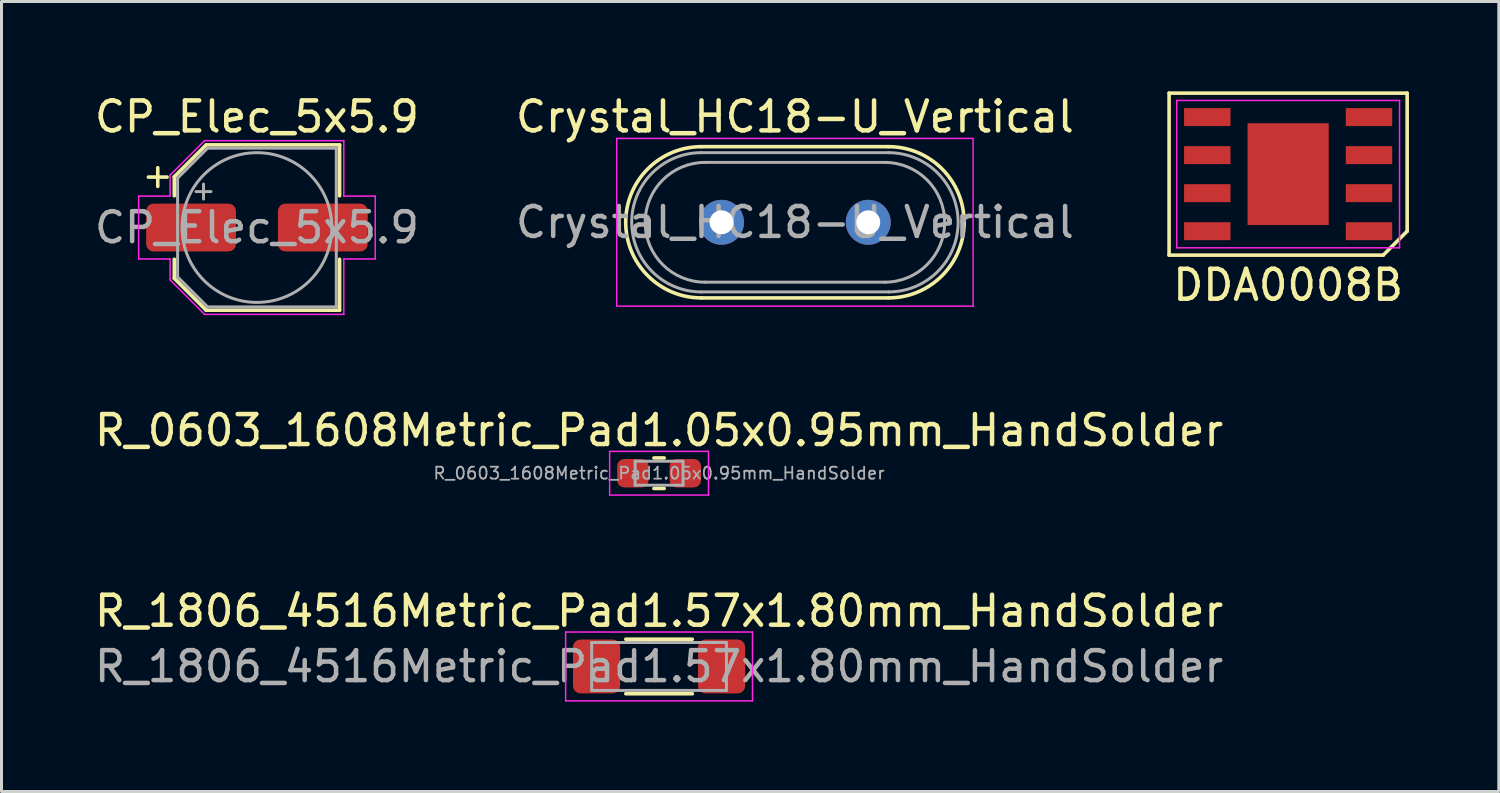
<source format=kicad_pcb>
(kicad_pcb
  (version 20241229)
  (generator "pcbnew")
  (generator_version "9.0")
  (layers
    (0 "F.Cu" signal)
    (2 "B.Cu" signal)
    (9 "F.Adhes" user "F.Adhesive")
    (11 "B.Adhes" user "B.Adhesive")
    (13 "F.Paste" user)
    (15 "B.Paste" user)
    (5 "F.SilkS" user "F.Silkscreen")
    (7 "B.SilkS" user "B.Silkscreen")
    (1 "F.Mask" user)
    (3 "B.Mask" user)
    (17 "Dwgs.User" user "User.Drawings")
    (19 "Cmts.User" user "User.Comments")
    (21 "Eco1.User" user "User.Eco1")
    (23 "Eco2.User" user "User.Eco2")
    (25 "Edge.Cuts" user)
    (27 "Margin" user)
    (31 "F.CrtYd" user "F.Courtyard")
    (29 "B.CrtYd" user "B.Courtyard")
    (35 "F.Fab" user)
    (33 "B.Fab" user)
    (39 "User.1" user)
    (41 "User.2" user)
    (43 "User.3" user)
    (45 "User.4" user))
  (footprint "DDA0008B"
    (layer "F.Cu")
    (at 39.964 2.765)
    (property "Reference" "DDA0008B" (at 0 3.705 180) (layer "F.SilkS") (effects (font (size 1 1) (thickness 0.15))))
    (attr smd)
    (fp_line (start -3.975 -2.705) (end 3.975 -2.705) (stroke (width 0.12) (type solid)) (layer "F.SilkS"))
    (fp_line (start -3.975 2.705) (end -3.975 -2.705) (stroke (width 0.12) (type solid)) (layer "F.SilkS"))
    (fp_line (start 3.175 2.705) (end -3.975 2.705) (stroke (width 0.12) (type solid)) (layer "F.SilkS"))
    (fp_line (start 3.975 -2.705) (end 3.975 1.905) (stroke (width 0.12) (type solid)) (layer "F.SilkS"))
    (fp_line (start 3.975 1.905) (end 3.175 2.705) (stroke (width 0.12) (type solid)) (layer "F.SilkS"))
    (fp_line (start -3.72 -2.46) (end 3.72 -2.46) (stroke (width 0.05) (type solid)) (layer "F.CrtYd"))
    (fp_line (start -3.72 2.46) (end -3.72 -2.46) (stroke (width 0.05) (type solid)) (layer "F.CrtYd"))
    (fp_line (start 3.72 -2.46) (end 3.72 2.46) (stroke (width 0.05) (type solid)) (layer "F.CrtYd"))
    (fp_line (start 3.72 2.46) (end -3.72 2.46) (stroke (width 0.05) (type solid)) (layer "F.CrtYd"))
    (pad "1" smd rect (at 2.7 1.905 90) (size 0.6 1.55) (layers "F.Cu" "F.Mask" "F.Paste"))
    (pad "2" smd rect (at 2.7 0.635 90) (size 0.6 1.55) (layers "F.Cu" "F.Mask" "F.Paste"))
    (pad "3" smd rect (at 2.7 -0.635 90) (size 0.6 1.55) (layers "F.Cu" "F.Mask" "F.Paste"))
    (pad "4" smd rect (at 2.7 -1.905 90) (size 0.6 1.55) (layers "F.Cu" "F.Mask" "F.Paste"))
    (pad "5" smd rect (at -2.7 -1.905 90) (size 0.6 1.55) (layers "F.Cu" "F.Mask" "F.Paste"))
    (pad "6" smd rect (at -2.7 -0.635 90) (size 0.6 1.55) (layers "F.Cu" "F.Mask" "F.Paste"))
    (pad "7" smd rect (at -2.7 0.635 90) (size 0.6 1.55) (layers "F.Cu" "F.Mask" "F.Paste"))
    (pad "8" smd rect (at -2.7 1.905 90) (size 0.6 1.55) (layers "F.Cu" "F.Mask" "F.Paste"))
    (pad "9" smd rect (at 0 0) (size 2.71 3.4) (layers "F.Cu" "F.Mask" "F.Paste")))
  (footprint "CP_Elec_5x5.9"
    (layer "F.Cu")
    (at 5.53 4.548)
    (property "Reference" "CP_Elec_5x5.9" (at 0 -3.7 180) (layer "F.SilkS") (effects (font (size 1 1) (thickness 0.15))))
    (attr smd)
    (fp_line (start -3.625 -1.685) (end -3 -1.685) (stroke (width 0.12) (type solid)) (layer "F.SilkS"))
    (fp_line (start -3.312 -1.998) (end -3.312 -1.373) (stroke (width 0.12) (type solid)) (layer "F.SilkS"))
    (fp_line (start -2.76 -1.696) (end -2.76 -1.06) (stroke (width 0.12) (type solid)) (layer "F.SilkS"))
    (fp_line (start -2.76 -1.696) (end -1.696 -2.76) (stroke (width 0.12) (type solid)) (layer "F.SilkS"))
    (fp_line (start -2.76 1.696) (end -2.76 1.06) (stroke (width 0.12) (type solid)) (layer "F.SilkS"))
    (fp_line (start -2.76 1.696) (end -1.696 2.76) (stroke (width 0.12) (type solid)) (layer "F.SilkS"))
    (fp_line (start -1.696 -2.76) (end 2.76 -2.76) (stroke (width 0.12) (type solid)) (layer "F.SilkS"))
    (fp_line (start -1.696 2.76) (end 2.76 2.76) (stroke (width 0.12) (type solid)) (layer "F.SilkS"))
    (fp_line (start 2.76 -2.76) (end 2.76 -1.06) (stroke (width 0.12) (type solid)) (layer "F.SilkS"))
    (fp_line (start 2.76 2.76) (end 2.76 1.06) (stroke (width 0.12) (type solid)) (layer "F.SilkS"))
    (fp_line (start -3.95 -1.05) (end -3.95 1.05) (stroke (width 0.05) (type solid)) (layer "F.CrtYd"))
    (fp_line (start -3.95 1.05) (end -2.9 1.05) (stroke (width 0.05) (type solid)) (layer "F.CrtYd"))
    (fp_line (start -2.9 -1.75) (end -2.9 -1.05) (stroke (width 0.05) (type solid)) (layer "F.CrtYd"))
    (fp_line (start -2.9 -1.75) (end -1.75 -2.9) (stroke (width 0.05) (type solid)) (layer "F.CrtYd"))
    (fp_line (start -2.9 -1.05) (end -3.95 -1.05) (stroke (width 0.05) (type solid)) (layer "F.CrtYd"))
    (fp_line (start -2.9 1.05) (end -2.9 1.75) (stroke (width 0.05) (type solid)) (layer "F.CrtYd"))
    (fp_line (start -2.9 1.75) (end -1.75 2.9) (stroke (width 0.05) (type solid)) (layer "F.CrtYd"))
    (fp_line (start -1.75 -2.9) (end 2.9 -2.9) (stroke (width 0.05) (type solid)) (layer "F.CrtYd"))
    (fp_line (start -1.75 2.9) (end 2.9 2.9) (stroke (width 0.05) (type solid)) (layer "F.CrtYd"))
    (fp_line (start 2.9 -2.9) (end 2.9 -1.05) (stroke (width 0.05) (type solid)) (layer "F.CrtYd"))
    (fp_line (start 2.9 -1.05) (end 3.95 -1.05) (stroke (width 0.05) (type solid)) (layer "F.CrtYd"))
    (fp_line (start 2.9 1.05) (end 2.9 2.9) (stroke (width 0.05) (type solid)) (layer "F.CrtYd"))
    (fp_line (start 3.95 -1.05) (end 3.95 1.05) (stroke (width 0.05) (type solid)) (layer "F.CrtYd"))
    (fp_line (start 3.95 1.05) (end 2.9 1.05) (stroke (width 0.05) (type solid)) (layer "F.CrtYd"))
    (fp_line (start -2.65 -1.65) (end -2.65 1.65) (stroke (width 0.1) (type solid)) (layer "F.Fab"))
    (fp_line (start -2.65 -1.65) (end -1.65 -2.65) (stroke (width 0.1) (type solid)) (layer "F.Fab"))
    (fp_line (start -2.65 1.65) (end -1.65 2.65) (stroke (width 0.1) (type solid)) (layer "F.Fab"))
    (fp_line (start -2.034 -1.2) (end -1.534 -1.2) (stroke (width 0.1) (type solid)) (layer "F.Fab"))
    (fp_line (start -1.784 -1.45) (end -1.784 -0.95) (stroke (width 0.1) (type solid)) (layer "F.Fab"))
    (fp_line (start -1.65 -2.65) (end 2.65 -2.65) (stroke (width 0.1) (type solid)) (layer "F.Fab"))
    (fp_line (start -1.65 2.65) (end 2.65 2.65) (stroke (width 0.1) (type solid)) (layer "F.Fab"))
    (fp_line (start 2.65 -2.65) (end 2.65 2.65) (stroke (width 0.1) (type solid)) (layer "F.Fab"))
    (fp_circle (center 0 0) (end 2.5 0) (stroke (width 0.1) (type solid)) (fill no) (layer "F.Fab"))
    (fp_text user "${REFERENCE}" (at 0 0 180) (layer "F.Fab") (effects (font (size 1 1) (thickness 0.15))))
    (pad "1" smd roundrect (at -2.2 0) (size 3 1.6) (layers "F.Cu" "F.Mask" "F.Paste") (roundrect_rratio 0.156))
    (pad "2" smd roundrect (at 2.2 0) (size 3 1.6) (layers "F.Cu" "F.Mask" "F.Paste") (roundrect_rratio 0.156)))
  (footprint "R_0603_1608Metric_Pad1.05x0.95mm_HandSolder"
    (layer "F.Cu")
    (at 18.958 12.752)
    (property "Reference" "R_0603_1608Metric_Pad1.05x0.95mm_HandSolder" (at 0 -1.43 0) (layer "F.SilkS") (effects (font (size 1 1) (thickness 0.15))))
    (attr smd)
    (fp_line (start -0.171 -0.51) (end 0.171 -0.51) (stroke (width 0.12) (type solid)) (layer "F.SilkS"))
    (fp_line (start -0.171 0.51) (end 0.171 0.51) (stroke (width 0.12) (type solid)) (layer "F.SilkS"))
    (fp_line (start -1.65 -0.73) (end 1.65 -0.73) (stroke (width 0.05) (type solid)) (layer "F.CrtYd"))
    (fp_line (start -1.65 0.73) (end -1.65 -0.73) (stroke (width 0.05) (type solid)) (layer "F.CrtYd"))
    (fp_line (start 1.65 -0.73) (end 1.65 0.73) (stroke (width 0.05) (type solid)) (layer "F.CrtYd"))
    (fp_line (start 1.65 0.73) (end -1.65 0.73) (stroke (width 0.05) (type solid)) (layer "F.CrtYd"))
    (fp_line (start -0.8 -0.4) (end 0.8 -0.4) (stroke (width 0.1) (type solid)) (layer "F.Fab"))
    (fp_line (start -0.8 0.4) (end -0.8 -0.4) (stroke (width 0.1) (type solid)) (layer "F.Fab"))
    (fp_line (start 0.8 -0.4) (end 0.8 0.4) (stroke (width 0.1) (type solid)) (layer "F.Fab"))
    (fp_line (start 0.8 0.4) (end -0.8 0.4) (stroke (width 0.1) (type solid)) (layer "F.Fab"))
    (fp_text user "${REFERENCE}" (at 0 0 0) (layer "F.Fab") (effects (font (size 0.4 0.4) (thickness 0.06))))
    (pad "1" smd roundrect (at -0.875 0) (size 1.05 0.95) (layers "F.Cu" "F.Mask" "F.Paste") (roundrect_rratio 0.25))
    (pad "2" smd roundrect (at 0.875 0) (size 1.05 0.95) (layers "F.Cu" "F.Mask" "F.Paste") (roundrect_rratio 0.25)))
  (footprint "R_1806_4516Metric_Pad1.57x1.80mm_HandSolder"
    (layer "F.Cu")
    (at 18.958 19.205)
    (property "Reference" "R_1806_4516Metric_Pad1.57x1.80mm_HandSolder" (at 0 -1.85 180) (layer "F.SilkS") (effects (font (size 1 1) (thickness 0.15))))
    (attr smd)
    (fp_line (start -1.111 -0.91) (end 1.111 -0.91) (stroke (width 0.12) (type solid)) (layer "F.SilkS"))
    (fp_line (start -1.111 0.91) (end 1.111 0.91) (stroke (width 0.12) (type solid)) (layer "F.SilkS"))
    (fp_line (start -3.12 -1.15) (end 3.12 -1.15) (stroke (width 0.05) (type solid)) (layer "F.CrtYd"))
    (fp_line (start -3.12 1.15) (end -3.12 -1.15) (stroke (width 0.05) (type solid)) (layer "F.CrtYd"))
    (fp_line (start 3.12 -1.15) (end 3.12 1.15) (stroke (width 0.05) (type solid)) (layer "F.CrtYd"))
    (fp_line (start 3.12 1.15) (end -3.12 1.15) (stroke (width 0.05) (type solid)) (layer "F.CrtYd"))
    (fp_line (start -2.25 -0.8) (end 2.25 -0.8) (stroke (width 0.1) (type solid)) (layer "F.Fab"))
    (fp_line (start -2.25 0.8) (end -2.25 -0.8) (stroke (width 0.1) (type solid)) (layer "F.Fab"))
    (fp_line (start 2.25 -0.8) (end 2.25 0.8) (stroke (width 0.1) (type solid)) (layer "F.Fab"))
    (fp_line (start 2.25 0.8) (end -2.25 0.8) (stroke (width 0.1) (type solid)) (layer "F.Fab"))
    (fp_text user "${REFERENCE}" (at 0 0 180) (layer "F.Fab") (effects (font (size 1 1) (thickness 0.15))))
    (pad "1" smd roundrect (at -2.087 0) (size 1.575 1.8) (layers "F.Cu" "F.Mask" "F.Paste") (roundrect_rratio 0.159))
    (pad "2" smd roundrect (at 2.087 0) (size 1.575 1.8) (layers "F.Cu" "F.Mask" "F.Paste") (roundrect_rratio 0.159)))
  (footprint "Crystal_HC18-U_Vertical"
    (layer "F.Cu")
    (at 21.044 4.373)
    (property "Reference" "Crystal_HC18-U_Vertical" (at 2.45 -3.525 0) (layer "F.SilkS") (effects (font (size 1 1) (thickness 0.15))))
    (attr through_hole)
    (fp_line (start -0.675 -2.525) (end 5.575 -2.525) (stroke (width 0.12) (type solid)) (layer "F.SilkS"))
    (fp_line (start -0.675 2.525) (end 5.575 2.525) (stroke (width 0.12) (type solid)) (layer "F.SilkS"))
    (fp_arc (start -0.675 2.525) (mid -3.2 0) (end -0.675 -2.525) (stroke (width 0.12) (type solid)) (layer "F.SilkS"))
    (fp_arc (start 5.575 -2.525) (mid 8.1 0) (end 5.575 2.525) (stroke (width 0.12) (type solid)) (layer "F.SilkS"))
    (fp_line (start -3.5 -2.8) (end -3.5 2.8) (stroke (width 0.05) (type solid)) (layer "F.CrtYd"))
    (fp_line (start -3.5 2.8) (end 8.4 2.8) (stroke (width 0.05) (type solid)) (layer "F.CrtYd"))
    (fp_line (start 8.4 -2.8) (end -3.5 -2.8) (stroke (width 0.05) (type solid)) (layer "F.CrtYd"))
    (fp_line (start 8.4 2.8) (end 8.4 -2.8) (stroke (width 0.05) (type solid)) (layer "F.CrtYd"))
    (fp_line (start -0.675 -2.325) (end 5.575 -2.325) (stroke (width 0.1) (type solid)) (layer "F.Fab"))
    (fp_line (start -0.675 2.325) (end 5.575 2.325) (stroke (width 0.1) (type solid)) (layer "F.Fab"))
    (fp_line (start -0.55 -2) (end 5.45 -2) (stroke (width 0.1) (type solid)) (layer "F.Fab"))
    (fp_line (start -0.55 2) (end 5.45 2) (stroke (width 0.1) (type solid)) (layer "F.Fab"))
    (fp_arc (start -0.675 2.325) (mid -3 0) (end -0.675 -2.325) (stroke (width 0.1) (type solid)) (layer "F.Fab"))
    (fp_arc (start -0.55 2) (mid -2.55 0) (end -0.55 -2) (stroke (width 0.1) (type solid)) (layer "F.Fab"))
    (fp_arc (start 5.45 -2) (mid 7.45 0) (end 5.45 2) (stroke (width 0.1) (type solid)) (layer "F.Fab"))
    (fp_arc (start 5.575 -2.325) (mid 7.9 0) (end 5.575 2.325) (stroke (width 0.1) (type solid)) (layer "F.Fab"))
    (fp_text user "${REFERENCE}" (at 2.45 0 0) (layer "F.Fab") (effects (font (size 1 1) (thickness 0.15))))
    (pad "1" thru_hole circle (at 0 0) (size 1.5 1.5) (drill 0.8) (layers "*.Cu" "*.Mask"))
    (pad "2" thru_hole circle (at 4.9 0) (size 1.5 1.5) (drill 0.8) (layers "*.Cu" "*.Mask")))
  (gr_rect
    (start -3 -3)
    (end 46.999 23.38)
    (stroke (width 0.1) (type default))
    (fill no)
    (layer "Edge.Cuts")))
</source>
